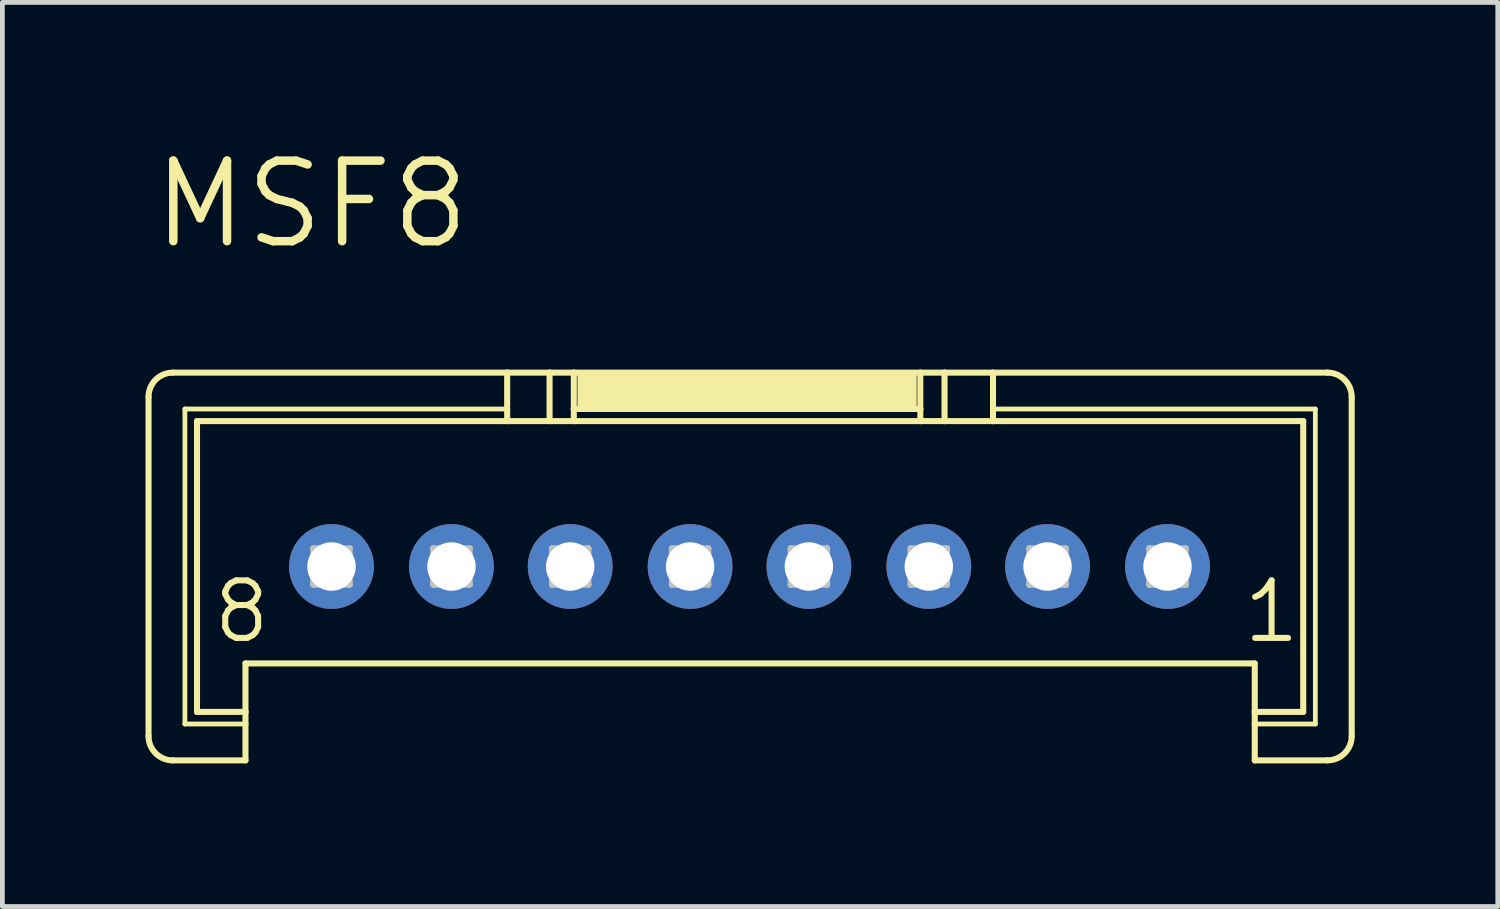
<source format=kicad_pcb>
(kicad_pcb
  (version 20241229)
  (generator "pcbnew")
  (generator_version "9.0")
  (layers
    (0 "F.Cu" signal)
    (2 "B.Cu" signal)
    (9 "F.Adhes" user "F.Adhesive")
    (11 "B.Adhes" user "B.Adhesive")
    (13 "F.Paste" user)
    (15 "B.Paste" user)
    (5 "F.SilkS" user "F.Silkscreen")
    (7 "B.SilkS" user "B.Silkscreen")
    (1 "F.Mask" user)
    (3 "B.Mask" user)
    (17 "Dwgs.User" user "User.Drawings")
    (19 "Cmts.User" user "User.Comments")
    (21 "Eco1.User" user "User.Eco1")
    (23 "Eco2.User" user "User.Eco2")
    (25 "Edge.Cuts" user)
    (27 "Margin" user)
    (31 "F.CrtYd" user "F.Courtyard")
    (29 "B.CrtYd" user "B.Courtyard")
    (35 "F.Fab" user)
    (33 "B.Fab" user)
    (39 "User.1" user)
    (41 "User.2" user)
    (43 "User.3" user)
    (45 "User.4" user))
  (footprint "MSF8"
    (layer "F.Cu")
    (at 12.662 8.826)
    (property "Reference" "MSF8" (at -12.598 -6.604 0) (layer "F.SilkS") (effects (font (size 1.689 1.689) (thickness 0.178)) (justify left bottom)))
    (attr through_hole)
    (fp_line (start -12.598 3.556) (end -12.598 -3.556) (stroke (width 0.127) (type solid)) (layer "F.SilkS"))
    (fp_line (start -12.09 -4.064) (end -5.08 -4.064) (stroke (width 0.127) (type solid)) (layer "F.SilkS"))
    (fp_line (start -11.836 -3.302) (end -5.08 -3.302) (stroke (width 0.1) (type solid)) (layer "F.SilkS"))
    (fp_line (start -11.836 3.302) (end -11.836 -3.302) (stroke (width 0.1) (type solid)) (layer "F.SilkS"))
    (fp_line (start -11.582 -3.048) (end -5.08 -3.048) (stroke (width 0.127) (type solid)) (layer "F.SilkS"))
    (fp_line (start -11.582 3.048) (end -11.582 -3.048) (stroke (width 0.127) (type solid)) (layer "F.SilkS"))
    (fp_line (start -10.566 3.048) (end -11.582 3.048) (stroke (width 0.127) (type solid)) (layer "F.SilkS"))
    (fp_line (start -10.566 3.048) (end -10.566 2.032) (stroke (width 0.127) (type solid)) (layer "F.SilkS"))
    (fp_line (start -10.566 3.048) (end -10.566 3.302) (stroke (width 0.127) (type solid)) (layer "F.SilkS"))
    (fp_line (start -10.566 3.302) (end -11.836 3.302) (stroke (width 0.1) (type solid)) (layer "F.SilkS"))
    (fp_line (start -10.566 3.302) (end -10.566 4.064) (stroke (width 0.127) (type solid)) (layer "F.SilkS"))
    (fp_line (start -10.566 4.064) (end -12.09 4.064) (stroke (width 0.127) (type solid)) (layer "F.SilkS"))
    (fp_line (start -5.08 -4.064) (end -5.08 -3.302) (stroke (width 0.127) (type solid)) (layer "F.SilkS"))
    (fp_line (start -5.08 -4.064) (end -4.191 -4.064) (stroke (width 0.127) (type solid)) (layer "F.SilkS"))
    (fp_line (start -5.08 -3.302) (end -5.08 -3.048) (stroke (width 0.127) (type solid)) (layer "F.SilkS"))
    (fp_line (start -5.08 -3.048) (end -4.191 -3.048) (stroke (width 0.127) (type solid)) (layer "F.SilkS"))
    (fp_line (start -4.191 -4.064) (end -4.191 -3.048) (stroke (width 0.127) (type solid)) (layer "F.SilkS"))
    (fp_line (start -4.191 -4.064) (end -3.683 -4.064) (stroke (width 0.127) (type solid)) (layer "F.SilkS"))
    (fp_line (start -4.191 -3.048) (end -3.683 -3.048) (stroke (width 0.127) (type solid)) (layer "F.SilkS"))
    (fp_line (start -3.683 -4.064) (end -3.683 -3.302) (stroke (width 0.127) (type solid)) (layer "F.SilkS"))
    (fp_line (start -3.683 -4.064) (end 3.581 -4.064) (stroke (width 0.127) (type solid)) (layer "F.SilkS"))
    (fp_line (start -3.683 -3.302) (end -3.683 -3.048) (stroke (width 0.127) (type solid)) (layer "F.SilkS"))
    (fp_line (start -3.683 -3.302) (end 3.581 -3.302) (stroke (width 0.127) (type solid)) (layer "F.SilkS"))
    (fp_line (start -3.683 -3.048) (end 3.581 -3.048) (stroke (width 0.127) (type solid)) (layer "F.SilkS"))
    (fp_line (start 3.581 -4.064) (end 3.581 -3.302) (stroke (width 0.127) (type solid)) (layer "F.SilkS"))
    (fp_line (start 3.581 -4.064) (end 4.089 -4.064) (stroke (width 0.127) (type solid)) (layer "F.SilkS"))
    (fp_line (start 3.581 -3.302) (end 3.581 -3.048) (stroke (width 0.127) (type solid)) (layer "F.SilkS"))
    (fp_line (start 3.581 -3.048) (end 4.089 -3.048) (stroke (width 0.127) (type solid)) (layer "F.SilkS"))
    (fp_line (start 4.089 -4.064) (end 4.089 -3.048) (stroke (width 0.127) (type solid)) (layer "F.SilkS"))
    (fp_line (start 4.089 -4.064) (end 5.105 -4.064) (stroke (width 0.127) (type solid)) (layer "F.SilkS"))
    (fp_line (start 4.089 -3.048) (end 5.105 -3.048) (stroke (width 0.127) (type solid)) (layer "F.SilkS"))
    (fp_line (start 5.105 -4.064) (end 5.105 -3.302) (stroke (width 0.127) (type solid)) (layer "F.SilkS"))
    (fp_line (start 5.105 -4.064) (end 12.116 -4.064) (stroke (width 0.127) (type solid)) (layer "F.SilkS"))
    (fp_line (start 5.105 -3.302) (end 5.105 -3.048) (stroke (width 0.127) (type solid)) (layer "F.SilkS"))
    (fp_line (start 5.105 -3.302) (end 11.862 -3.302) (stroke (width 0.1) (type solid)) (layer "F.SilkS"))
    (fp_line (start 5.105 -3.048) (end 11.608 -3.048) (stroke (width 0.127) (type solid)) (layer "F.SilkS"))
    (fp_line (start 10.592 2.032) (end -10.566 2.032) (stroke (width 0.127) (type solid)) (layer "F.SilkS"))
    (fp_line (start 10.592 3.048) (end 10.592 2.032) (stroke (width 0.127) (type solid)) (layer "F.SilkS"))
    (fp_line (start 10.592 3.302) (end 10.592 3.048) (stroke (width 0.127) (type solid)) (layer "F.SilkS"))
    (fp_line (start 10.592 4.064) (end 10.592 3.302) (stroke (width 0.127) (type solid)) (layer "F.SilkS"))
    (fp_line (start 11.608 -3.048) (end 11.608 3.048) (stroke (width 0.127) (type solid)) (layer "F.SilkS"))
    (fp_line (start 11.608 3.048) (end 10.592 3.048) (stroke (width 0.127) (type solid)) (layer "F.SilkS"))
    (fp_line (start 11.862 -3.302) (end 11.862 3.302) (stroke (width 0.1) (type solid)) (layer "F.SilkS"))
    (fp_line (start 11.862 3.302) (end 10.592 3.302) (stroke (width 0.1) (type solid)) (layer "F.SilkS"))
    (fp_line (start 12.116 4.064) (end 10.592 4.064) (stroke (width 0.127) (type solid)) (layer "F.SilkS"))
    (fp_line (start 12.624 -3.556) (end 12.624 3.556) (stroke (width 0.127) (type solid)) (layer "F.SilkS"))
    (fp_arc (start -12.5984 -3.556) (mid -12.44961 -3.91521) (end -12.0904 -4.064) (stroke (width 0.127) (type solid)) (layer "F.SilkS"))
    (fp_arc (start -12.0904 4.064) (mid -12.44961 3.91521) (end -12.5984 3.556) (stroke (width 0.127) (type solid)) (layer "F.SilkS"))
    (fp_arc (start 12.1158 -4.064) (mid 12.47501 -3.91521) (end 12.6238 -3.556) (stroke (width 0.127) (type solid)) (layer "F.SilkS"))
    (fp_arc (start 12.6238 3.556) (mid 12.47501 3.91521) (end 12.1158 4.064) (stroke (width 0.127) (type solid)) (layer "F.SilkS"))
    (fp_poly (pts (xy -3.607 -3.302) (xy 3.505 -3.302) (xy 3.505 -4.064) (xy -3.607 -4.064)) (stroke (width 0) (type solid)) (fill yes) (layer "F.SilkS"))
    (fp_line (start -9.144 -0.381) (end -9.144 0.381) (stroke (width 0.127) (type solid)) (layer "Dwgs.User"))
    (fp_line (start -9.144 -0.381) (end -8.382 0.381) (stroke (width 0.127) (type solid)) (layer "Dwgs.User"))
    (fp_line (start -9.144 0.381) (end -8.382 0.381) (stroke (width 0.127) (type solid)) (layer "Dwgs.User"))
    (fp_line (start -8.382 -0.381) (end -9.144 -0.381) (stroke (width 0.127) (type solid)) (layer "Dwgs.User"))
    (fp_line (start -8.382 -0.381) (end -9.144 0.381) (stroke (width 0.127) (type solid)) (layer "Dwgs.User"))
    (fp_line (start -8.382 0.381) (end -8.382 -0.381) (stroke (width 0.127) (type solid)) (layer "Dwgs.User"))
    (fp_line (start -6.629 -0.381) (end -6.629 0.381) (stroke (width 0.127) (type solid)) (layer "Dwgs.User"))
    (fp_line (start -6.629 -0.381) (end -5.867 0.381) (stroke (width 0.127) (type solid)) (layer "Dwgs.User"))
    (fp_line (start -6.629 0.381) (end -5.867 0.381) (stroke (width 0.127) (type solid)) (layer "Dwgs.User"))
    (fp_line (start -5.867 -0.381) (end -6.629 -0.381) (stroke (width 0.127) (type solid)) (layer "Dwgs.User"))
    (fp_line (start -5.867 -0.381) (end -6.629 0.381) (stroke (width 0.127) (type solid)) (layer "Dwgs.User"))
    (fp_line (start -5.867 0.381) (end -5.867 -0.381) (stroke (width 0.127) (type solid)) (layer "Dwgs.User"))
    (fp_line (start -4.14 -0.381) (end -4.14 0.381) (stroke (width 0.127) (type solid)) (layer "Dwgs.User"))
    (fp_line (start -4.14 -0.381) (end -3.378 0.381) (stroke (width 0.127) (type solid)) (layer "Dwgs.User"))
    (fp_line (start -4.14 0.381) (end -3.378 0.381) (stroke (width 0.127) (type solid)) (layer "Dwgs.User"))
    (fp_line (start -3.378 -0.381) (end -4.14 -0.381) (stroke (width 0.127) (type solid)) (layer "Dwgs.User"))
    (fp_line (start -3.378 -0.381) (end -4.14 0.381) (stroke (width 0.127) (type solid)) (layer "Dwgs.User"))
    (fp_line (start -3.378 0.381) (end -3.378 -0.381) (stroke (width 0.127) (type solid)) (layer "Dwgs.User"))
    (fp_line (start -1.626 -0.381) (end -1.626 0.381) (stroke (width 0.127) (type solid)) (layer "Dwgs.User"))
    (fp_line (start -1.626 -0.381) (end -0.864 0.381) (stroke (width 0.127) (type solid)) (layer "Dwgs.User"))
    (fp_line (start -1.626 0.381) (end -0.864 0.381) (stroke (width 0.127) (type solid)) (layer "Dwgs.User"))
    (fp_line (start -0.864 -0.381) (end -1.626 -0.381) (stroke (width 0.127) (type solid)) (layer "Dwgs.User"))
    (fp_line (start -0.864 -0.381) (end -1.626 0.381) (stroke (width 0.127) (type solid)) (layer "Dwgs.User"))
    (fp_line (start -0.864 0.381) (end -0.864 -0.381) (stroke (width 0.127) (type solid)) (layer "Dwgs.User"))
    (fp_line (start 0.864 -0.381) (end 0.864 0.381) (stroke (width 0.127) (type solid)) (layer "Dwgs.User"))
    (fp_line (start 0.864 -0.381) (end 1.626 0.381) (stroke (width 0.127) (type solid)) (layer "Dwgs.User"))
    (fp_line (start 0.864 0.381) (end 1.626 0.381) (stroke (width 0.127) (type solid)) (layer "Dwgs.User"))
    (fp_line (start 1.626 -0.381) (end 0.864 -0.381) (stroke (width 0.127) (type solid)) (layer "Dwgs.User"))
    (fp_line (start 1.626 -0.381) (end 0.864 0.381) (stroke (width 0.127) (type solid)) (layer "Dwgs.User"))
    (fp_line (start 1.626 0.381) (end 1.626 -0.381) (stroke (width 0.127) (type solid)) (layer "Dwgs.User"))
    (fp_line (start 3.378 -0.381) (end 3.378 0.381) (stroke (width 0.127) (type solid)) (layer "Dwgs.User"))
    (fp_line (start 3.378 -0.381) (end 4.14 0.381) (stroke (width 0.127) (type solid)) (layer "Dwgs.User"))
    (fp_line (start 3.378 0.381) (end 4.14 0.381) (stroke (width 0.127) (type solid)) (layer "Dwgs.User"))
    (fp_line (start 4.14 -0.381) (end 3.378 -0.381) (stroke (width 0.127) (type solid)) (layer "Dwgs.User"))
    (fp_line (start 4.14 -0.381) (end 3.378 0.381) (stroke (width 0.127) (type solid)) (layer "Dwgs.User"))
    (fp_line (start 4.14 0.381) (end 4.14 -0.381) (stroke (width 0.127) (type solid)) (layer "Dwgs.User"))
    (fp_line (start 5.867 -0.381) (end 5.867 0.381) (stroke (width 0.127) (type solid)) (layer "Dwgs.User"))
    (fp_line (start 5.867 -0.381) (end 6.629 0.381) (stroke (width 0.127) (type solid)) (layer "Dwgs.User"))
    (fp_line (start 5.867 0.381) (end 6.629 0.381) (stroke (width 0.127) (type solid)) (layer "Dwgs.User"))
    (fp_line (start 6.629 -0.381) (end 5.867 -0.381) (stroke (width 0.127) (type solid)) (layer "Dwgs.User"))
    (fp_line (start 6.629 -0.381) (end 5.867 0.381) (stroke (width 0.127) (type solid)) (layer "Dwgs.User"))
    (fp_line (start 6.629 0.381) (end 6.629 -0.381) (stroke (width 0.127) (type solid)) (layer "Dwgs.User"))
    (fp_line (start 8.382 -0.381) (end 8.382 0.381) (stroke (width 0.127) (type solid)) (layer "Dwgs.User"))
    (fp_line (start 8.382 -0.381) (end 9.144 0.381) (stroke (width 0.127) (type solid)) (layer "Dwgs.User"))
    (fp_line (start 8.382 0.381) (end 9.144 0.381) (stroke (width 0.127) (type solid)) (layer "Dwgs.User"))
    (fp_line (start 9.144 -0.381) (end 8.382 -0.381) (stroke (width 0.127) (type solid)) (layer "Dwgs.User"))
    (fp_line (start 9.144 -0.381) (end 8.382 0.381) (stroke (width 0.127) (type solid)) (layer "Dwgs.User"))
    (fp_line (start 9.144 0.381) (end 9.144 -0.381) (stroke (width 0.127) (type solid)) (layer "Dwgs.User"))
    (fp_text user "8" (at -11.303 1.651 0) (layer "F.SilkS") (effects (font (size 1.206 1.206) (thickness 0.127)) (justify left bottom)))
    (fp_text user "1" (at 10.287 1.651 0) (layer "F.SilkS") (effects (font (size 1.206 1.206) (thickness 0.127)) (justify left bottom)))
    (pad "1" thru_hole oval (at 8.763 0) (size 1.778 1.778) (drill 1.016) (layers "*.Cu" "*.Mask"))
    (pad "2" thru_hole oval (at 6.248 0) (size 1.778 1.778) (drill 1.016) (layers "*.Cu" "*.Mask"))
    (pad "3" thru_hole oval (at 3.759 0) (size 1.778 1.778) (drill 1.016) (layers "*.Cu" "*.Mask"))
    (pad "4" thru_hole oval (at 1.245 0) (size 1.778 1.778) (drill 1.016) (layers "*.Cu" "*.Mask"))
    (pad "5" thru_hole oval (at -1.245 0) (size 1.778 1.778) (drill 1.016) (layers "*.Cu" "*.Mask"))
    (pad "6" thru_hole oval (at -3.759 0) (size 1.778 1.778) (drill 1.016) (layers "*.Cu" "*.Mask"))
    (pad "7" thru_hole oval (at -6.248 0) (size 1.778 1.778) (drill 1.016) (layers "*.Cu" "*.Mask"))
    (pad "8" thru_hole oval (at -8.763 0) (size 1.778 1.778) (drill 1.016) (layers "*.Cu" "*.Mask")))
  (gr_rect
    (start -3 -3)
    (end 28.349 15.954)
    (stroke (width 0.1) (type default))
    (fill no)
    (layer "Edge.Cuts")))
</source>
